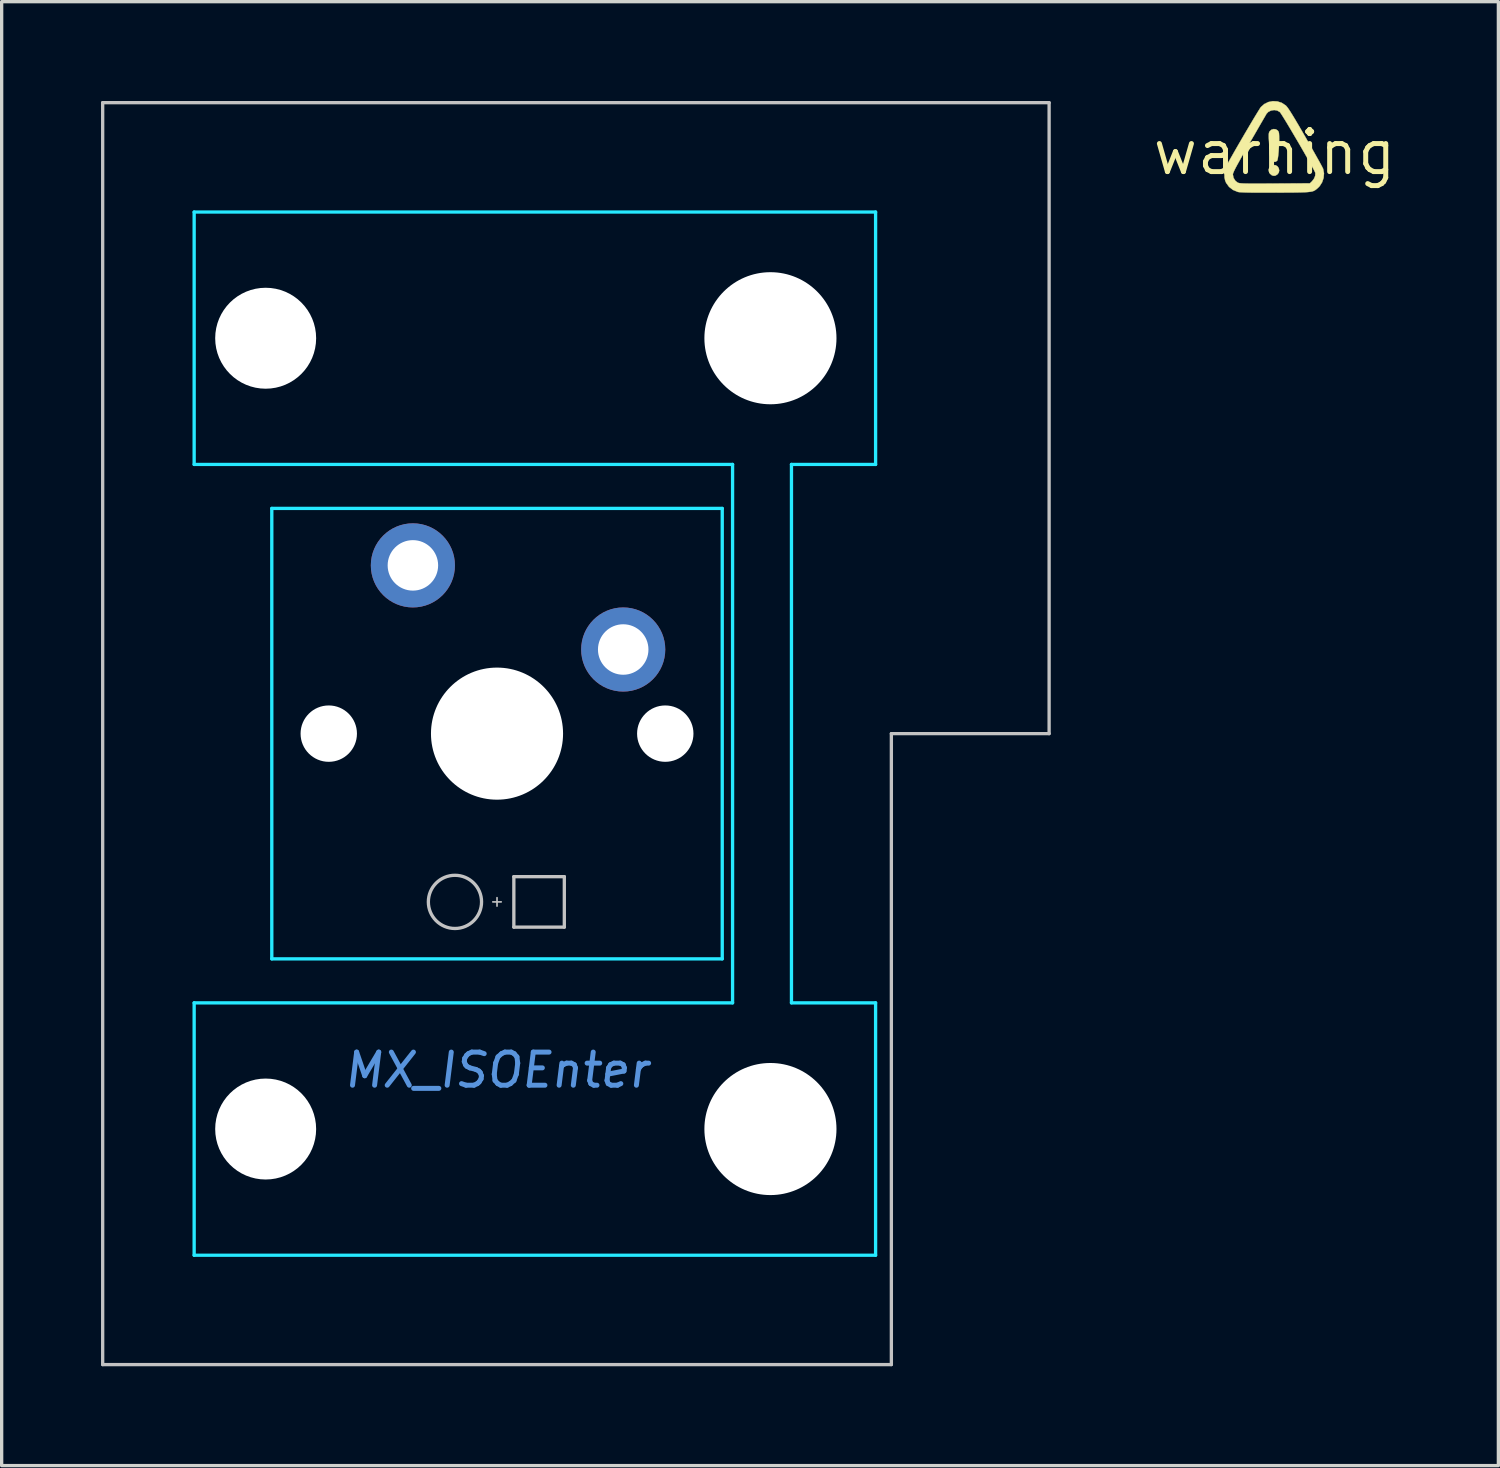
<source format=kicad_pcb>
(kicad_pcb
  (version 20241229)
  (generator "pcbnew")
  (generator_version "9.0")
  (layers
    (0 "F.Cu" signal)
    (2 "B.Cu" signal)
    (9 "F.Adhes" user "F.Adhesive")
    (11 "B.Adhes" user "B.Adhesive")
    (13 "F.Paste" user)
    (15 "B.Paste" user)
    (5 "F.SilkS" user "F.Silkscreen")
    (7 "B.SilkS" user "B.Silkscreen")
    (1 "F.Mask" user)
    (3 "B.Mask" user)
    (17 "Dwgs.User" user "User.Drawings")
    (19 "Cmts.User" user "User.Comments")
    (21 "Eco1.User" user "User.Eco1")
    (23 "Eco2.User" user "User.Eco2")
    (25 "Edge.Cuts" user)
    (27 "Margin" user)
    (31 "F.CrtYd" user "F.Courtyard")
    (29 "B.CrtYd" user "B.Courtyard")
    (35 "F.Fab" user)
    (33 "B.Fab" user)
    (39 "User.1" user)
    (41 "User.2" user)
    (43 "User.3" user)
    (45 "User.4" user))
  (footprint "warning"
    (layer "F.Cu")
    (at 35.432 1.551)
    (property "Reference" "warning" (at 0 0 0) (layer "F.SilkS") (effects (font (size 1.27 1.27) (thickness 0.15))))
    (attr through_hole)
    (fp_poly (pts (xy 0.03 0.386) (xy 0.087 0.421) (xy 0.125 0.476) (xy 0.14 0.543) (xy 0.127 0.61) (xy 0.082 0.668) (xy 0.081 0.668) (xy 0.018 0.704) (xy -0.043 0.705) (xy -0.088 0.687) (xy -0.137 0.644) (xy -0.171 0.578) (xy -0.18 0.523) (xy -0.161 0.465) (xy -0.113 0.414) (xy -0.048 0.384) (xy -0.042 0.382) (xy 0.03 0.386)) (stroke (width 0.01) (type solid)) (fill yes) (layer "F.SilkS"))
    (fp_poly (pts (xy 0.041 -0.696) (xy 0.098 -0.658) (xy 0.125 -0.615) (xy 0.134 -0.569) (xy 0.138 -0.491) (xy 0.139 -0.389) (xy 0.136 -0.274) (xy 0.13 -0.152) (xy 0.122 -0.032) (xy 0.112 0.077) (xy 0.1 0.168) (xy 0.087 0.23) (xy 0.076 0.254) (xy 0.028 0.283) (xy -0.034 0.285) (xy -0.09 0.262) (xy -0.101 0.252) (xy -0.115 0.228) (xy -0.126 0.185) (xy -0.136 0.117) (xy -0.146 0.019) (xy -0.155 -0.114) (xy -0.16 -0.183) (xy -0.168 -0.323) (xy -0.174 -0.428) (xy -0.175 -0.504) (xy -0.174 -0.556) (xy -0.168 -0.592) (xy -0.159 -0.618) (xy -0.151 -0.632) (xy -0.096 -0.684) (xy -0.028 -0.705) (xy 0.041 -0.696)) (stroke (width 0.01) (type solid)) (fill yes) (layer "F.SilkS"))
    (fp_poly (pts (xy 0.083 -1.539) (xy 0.214 -1.498) (xy 0.332 -1.421) (xy 0.345 -1.41) (xy 0.374 -1.377) (xy 0.415 -1.322) (xy 0.469 -1.241) (xy 0.536 -1.134) (xy 0.619 -0.997) (xy 0.718 -0.83) (xy 0.835 -0.628) (xy 0.937 -0.452) (xy 1.039 -0.274) (xy 1.136 -0.104) (xy 1.224 0.052) (xy 1.302 0.191) (xy 1.368 0.309) (xy 1.419 0.403) (xy 1.452 0.467) (xy 1.467 0.498) (xy 1.492 0.631) (xy 1.48 0.77) (xy 1.435 0.903) (xy 1.36 1.02) (xy 1.312 1.069) (xy 1.277 1.1) (xy 1.245 1.126) (xy 1.214 1.147) (xy 1.178 1.165) (xy 1.134 1.179) (xy 1.079 1.189) (xy 1.008 1.197) (xy 0.918 1.203) (xy 0.804 1.207) (xy 0.664 1.21) (xy 0.493 1.212) (xy 0.287 1.213) (xy 0.043 1.214) (xy 0.031 1.214) (xy -0.228 1.215) (xy -0.448 1.215) (xy -0.631 1.214) (xy -0.781 1.212) (xy -0.9 1.209) (xy -0.991 1.205) (xy -1.056 1.201) (xy -1.1 1.195) (xy -1.113 1.192) (xy -1.257 1.132) (xy -1.374 1.041) (xy -1.461 0.922) (xy -1.491 0.854) (xy -1.512 0.756) (xy -1.513 0.664) (xy -1.26 0.664) (xy -1.24 0.767) (xy -1.185 0.856) (xy -1.126 0.904) (xy -1.11 0.913) (xy -1.091 0.921) (xy -1.065 0.927) (xy -1.03 0.932) (xy -0.98 0.936) (xy -0.914 0.939) (xy -0.827 0.941) (xy -0.715 0.942) (xy -0.574 0.942) (xy -0.402 0.942) (xy -0.194 0.941) (xy 0.004 0.94) (xy 1.066 0.934) (xy 1.13 0.873) (xy 1.19 0.795) (xy 1.226 0.709) (xy 1.231 0.627) (xy 1.229 0.615) (xy 1.214 0.58) (xy 1.18 0.514) (xy 1.13 0.421) (xy 1.065 0.305) (xy 0.989 0.171) (xy 0.905 0.024) (xy 0.815 -0.133) (xy 0.721 -0.295) (xy 0.626 -0.456) (xy 0.533 -0.614) (xy 0.445 -0.762) (xy 0.364 -0.898) (xy 0.292 -1.015) (xy 0.233 -1.11) (xy 0.188 -1.179) (xy 0.161 -1.216) (xy 0.158 -1.219) (xy 0.08 -1.264) (xy -0.012 -1.279) (xy -0.106 -1.264) (xy -0.189 -1.223) (xy -0.243 -1.166) (xy -0.259 -1.139) (xy -0.293 -1.079) (xy -0.345 -0.991) (xy -0.411 -0.877) (xy -0.489 -0.742) (xy -0.577 -0.589) (xy -0.673 -0.423) (xy -0.765 -0.265) (xy -0.888 -0.051) (xy -0.991 0.13) (xy -1.074 0.279) (xy -1.141 0.4) (xy -1.191 0.495) (xy -1.226 0.568) (xy -1.248 0.619) (xy -1.259 0.654) (xy -1.26 0.664) (xy -1.513 0.664) (xy -1.513 0.639) (xy -1.495 0.522) (xy -1.463 0.426) (xy -1.435 0.372) (xy -1.389 0.289) (xy -1.329 0.181) (xy -1.256 0.053) (xy -1.174 -0.091) (xy -1.085 -0.245) (xy -0.992 -0.405) (xy -0.897 -0.568) (xy -0.803 -0.727) (xy -0.714 -0.878) (xy -0.631 -1.018) (xy -0.557 -1.14) (xy -0.495 -1.241) (xy -0.448 -1.317) (xy -0.419 -1.361) (xy -0.413 -1.368) (xy -0.31 -1.46) (xy -0.188 -1.52) (xy -0.054 -1.546) (xy 0.083 -1.539)) (stroke (width 0.01) (type solid)) (fill yes) (layer "F.SilkS")))
  (footprint "MX_ISOEnter"
    (layer "F.Cu")
    (at 11.956 19.1)
    (property "Reference" "MX_ISOEnter" (at 0 10.16 0) (layer "Cmts.User") (effects (font (size 1 1) (thickness 0.15) (italic yes))))
    (attr through_hole)
    (fp_line (start -11.906 19.05) (end -11.906 -19.05) (stroke (width 0.1) (type solid)) (layer "Dwgs.User"))
    (fp_line (start 0 4.953) (end 0 5.207) (stroke (width 0.05) (type solid)) (layer "Dwgs.User"))
    (fp_line (start 0.127 5.08) (end -0.127 5.08) (stroke (width 0.05) (type solid)) (layer "Dwgs.User"))
    (fp_line (start 0.508 5.842) (end 0.508 4.318) (stroke (width 0.1) (type solid)) (layer "Dwgs.User"))
    (fp_line (start 0.508 5.842) (end 2.032 5.842) (stroke (width 0.1) (type solid)) (layer "Dwgs.User"))
    (fp_line (start 2.032 4.318) (end 0.508 4.318) (stroke (width 0.1) (type solid)) (layer "Dwgs.User"))
    (fp_line (start 2.032 5.842) (end 2.032 4.318) (stroke (width 0.1) (type solid)) (layer "Dwgs.User"))
    (fp_line (start 11.906 19.05) (end -11.906 19.05) (stroke (width 0.1) (type solid)) (layer "Dwgs.User"))
    (fp_line (start 11.906 19.05) (end 11.906 0) (stroke (width 0.1) (type solid)) (layer "Dwgs.User"))
    (fp_line (start 16.669 -19.05) (end -11.906 -19.05) (stroke (width 0.1) (type solid)) (layer "Dwgs.User"))
    (fp_line (start 16.669 0) (end 11.906 0) (stroke (width 0.1) (type solid)) (layer "Dwgs.User"))
    (fp_line (start 16.669 0) (end 16.669 -19.05) (stroke (width 0.1) (type solid)) (layer "Dwgs.User"))
    (fp_circle (center -1.27 5.08) (end -1.27 4.277) (stroke (width 0.1) (type solid)) (fill no) (layer "Dwgs.User"))
    (fp_line (start -7 -6.5) (end -7 6.5) (stroke (width 0.1) (type solid)) (layer "Eco1.User"))
    (fp_line (start -6.5 7) (end 6.5 7) (stroke (width 0.1) (type solid)) (layer "Eco1.User"))
    (fp_line (start -5.985 -8.938) (end -5.985 -14.938) (stroke (width 0.1) (type solid)) (layer "Eco1.User"))
    (fp_line (start -5.985 14.938) (end -5.985 8.938) (stroke (width 0.1) (type solid)) (layer "Eco1.User"))
    (fp_line (start -5.485 -8.438) (end 8.515 -8.438) (stroke (width 0.1) (type solid)) (layer "Eco1.User"))
    (fp_line (start -5.485 15.438) (end 8.515 15.438) (stroke (width 0.1) (type solid)) (layer "Eco1.User"))
    (fp_line (start 6.5 -7) (end -6.5 -7) (stroke (width 0.1) (type solid)) (layer "Eco1.User"))
    (fp_line (start 7 6.5) (end 7 -6.5) (stroke (width 0.1) (type solid)) (layer "Eco1.User"))
    (fp_line (start 8.515 -15.438) (end -5.485 -15.438) (stroke (width 0.1) (type solid)) (layer "Eco1.User"))
    (fp_line (start 8.515 8.438) (end -5.485 8.438) (stroke (width 0.1) (type solid)) (layer "Eco1.User"))
    (fp_line (start 9.015 -14.938) (end 9.015 -8.938) (stroke (width 0.1) (type solid)) (layer "Eco1.User"))
    (fp_line (start 9.015 8.938) (end 9.015 14.938) (stroke (width 0.1) (type solid)) (layer "Eco1.User"))
    (fp_arc (start -7 -6.5) (mid -6.853553 -6.853553) (end -6.5 -7) (stroke (width 0.1) (type solid)) (layer "Eco1.User"))
    (fp_arc (start -6.5 7) (mid -6.853553 6.853553) (end -7 6.5) (stroke (width 0.1) (type solid)) (layer "Eco1.User"))
    (fp_arc (start -5.985 -14.938) (mid -5.838553 -15.291553) (end -5.485 -15.438) (stroke (width 0.1) (type solid)) (layer "Eco1.User"))
    (fp_arc (start -5.985 8.938) (mid -5.838553 8.584447) (end -5.485 8.438) (stroke (width 0.1) (type solid)) (layer "Eco1.User"))
    (fp_arc (start -5.485 -8.438) (mid -5.838553 -8.584447) (end -5.985 -8.938) (stroke (width 0.1) (type solid)) (layer "Eco1.User"))
    (fp_arc (start -5.485 15.438) (mid -5.838553 15.291553) (end -5.985 14.938) (stroke (width 0.1) (type solid)) (layer "Eco1.User"))
    (fp_arc (start 6.5 -7) (mid 6.853553 -6.853553) (end 7 -6.5) (stroke (width 0.1) (type solid)) (layer "Eco1.User"))
    (fp_arc (start 7 6.5) (mid 6.853553 6.853553) (end 6.5 7) (stroke (width 0.1) (type solid)) (layer "Eco1.User"))
    (fp_arc (start 8.515 -15.438) (mid 8.868553 -15.291553) (end 9.015 -14.938) (stroke (width 0.1) (type solid)) (layer "Eco1.User"))
    (fp_arc (start 8.515 8.438) (mid 8.868553 8.584447) (end 9.015 8.938) (stroke (width 0.1) (type solid)) (layer "Eco1.User"))
    (fp_arc (start 9.015 -8.938) (mid 8.868553 -8.584447) (end 8.515 -8.438) (stroke (width 0.1) (type solid)) (layer "Eco1.User"))
    (fp_arc (start 9.015 14.938) (mid 8.868553 15.291553) (end 8.515 15.438) (stroke (width 0.1) (type solid)) (layer "Eco1.User"))
    (fp_line (start -9.144 -15.748) (end 11.43 -15.748) (stroke (width 0.1) (type solid)) (layer "B.CrtYd"))
    (fp_line (start -9.144 -8.128) (end -9.144 -15.748) (stroke (width 0.1) (type solid)) (layer "B.CrtYd"))
    (fp_line (start -9.144 -8.128) (end 7.112 -8.128) (stroke (width 0.1) (type solid)) (layer "B.CrtYd"))
    (fp_line (start -9.144 8.128) (end 7.112 8.128) (stroke (width 0.1) (type solid)) (layer "B.CrtYd"))
    (fp_line (start -9.144 15.748) (end -9.144 8.128) (stroke (width 0.1) (type solid)) (layer "B.CrtYd"))
    (fp_line (start -6.8 6.8) (end -6.8 -6.8) (stroke (width 0.1) (type solid)) (layer "B.CrtYd"))
    (fp_line (start 6.8 -6.8) (end -6.8 -6.8) (stroke (width 0.1) (type solid)) (layer "B.CrtYd"))
    (fp_line (start 6.8 6.8) (end -6.8 6.8) (stroke (width 0.1) (type solid)) (layer "B.CrtYd"))
    (fp_line (start 6.8 6.8) (end 6.8 -6.8) (stroke (width 0.1) (type solid)) (layer "B.CrtYd"))
    (fp_line (start 7.112 8.128) (end 7.112 -8.128) (stroke (width 0.1) (type solid)) (layer "B.CrtYd"))
    (fp_line (start 8.89 8.128) (end 8.89 -8.128) (stroke (width 0.1) (type solid)) (layer "B.CrtYd"))
    (fp_line (start 11.43 -15.748) (end 11.43 -8.128) (stroke (width 0.1) (type solid)) (layer "B.CrtYd"))
    (fp_line (start 11.43 -8.128) (end 8.89 -8.128) (stroke (width 0.1) (type solid)) (layer "B.CrtYd"))
    (fp_line (start 11.43 8.128) (end 8.89 8.128) (stroke (width 0.1) (type solid)) (layer "B.CrtYd"))
    (fp_line (start 11.43 8.128) (end 11.43 15.748) (stroke (width 0.1) (type solid)) (layer "B.CrtYd"))
    (fp_line (start 11.43 15.748) (end -9.144 15.748) (stroke (width 0.1) (type solid)) (layer "B.CrtYd"))
    (pad "" np_thru_hole circle (at -6.985 -11.938 90) (size 3.048 3.048) (drill 3.048) (layers "*.Cu" "*.Mask"))
    (pad "" np_thru_hole circle (at -6.985 11.938 90) (size 3.048 3.048) (drill 3.048) (layers "*.Cu" "*.Mask"))
    (pad "" np_thru_hole circle (at -5.08 0 270) (size 1.702 1.702) (drill 1.702) (layers "*.Cu" "*.Mask"))
    (pad "" np_thru_hole circle (at 0 0) (size 3.988 3.988) (drill 3.988) (layers "*.Cu" "*.Mask"))
    (pad "" np_thru_hole circle (at 5.08 0 270) (size 1.702 1.702) (drill 1.702) (layers "*.Cu" "*.Mask"))
    (pad "" np_thru_hole circle (at 8.255 -11.938 90) (size 3.988 3.988) (drill 3.988) (layers "*.Cu" "*.Mask"))
    (pad "" np_thru_hole circle (at 8.255 11.938 90) (size 3.988 3.988) (drill 3.988) (layers "*.Cu" "*.Mask"))
    (pad "1" thru_hole circle (at 3.81 -2.54 270) (size 2.54 2.54) (drill 1.524) (layers "*.Cu" "*.Mask"))
    (pad "2" thru_hole circle (at -2.54 -5.08 270) (size 2.54 2.54) (drill 1.524) (layers "*.Cu" "*.Mask")))
  (gr_rect
    (start -3 -3)
    (end 42.189 41.2)
    (stroke (width 0.1) (type default))
    (fill no)
    (layer "Edge.Cuts")))
</source>
